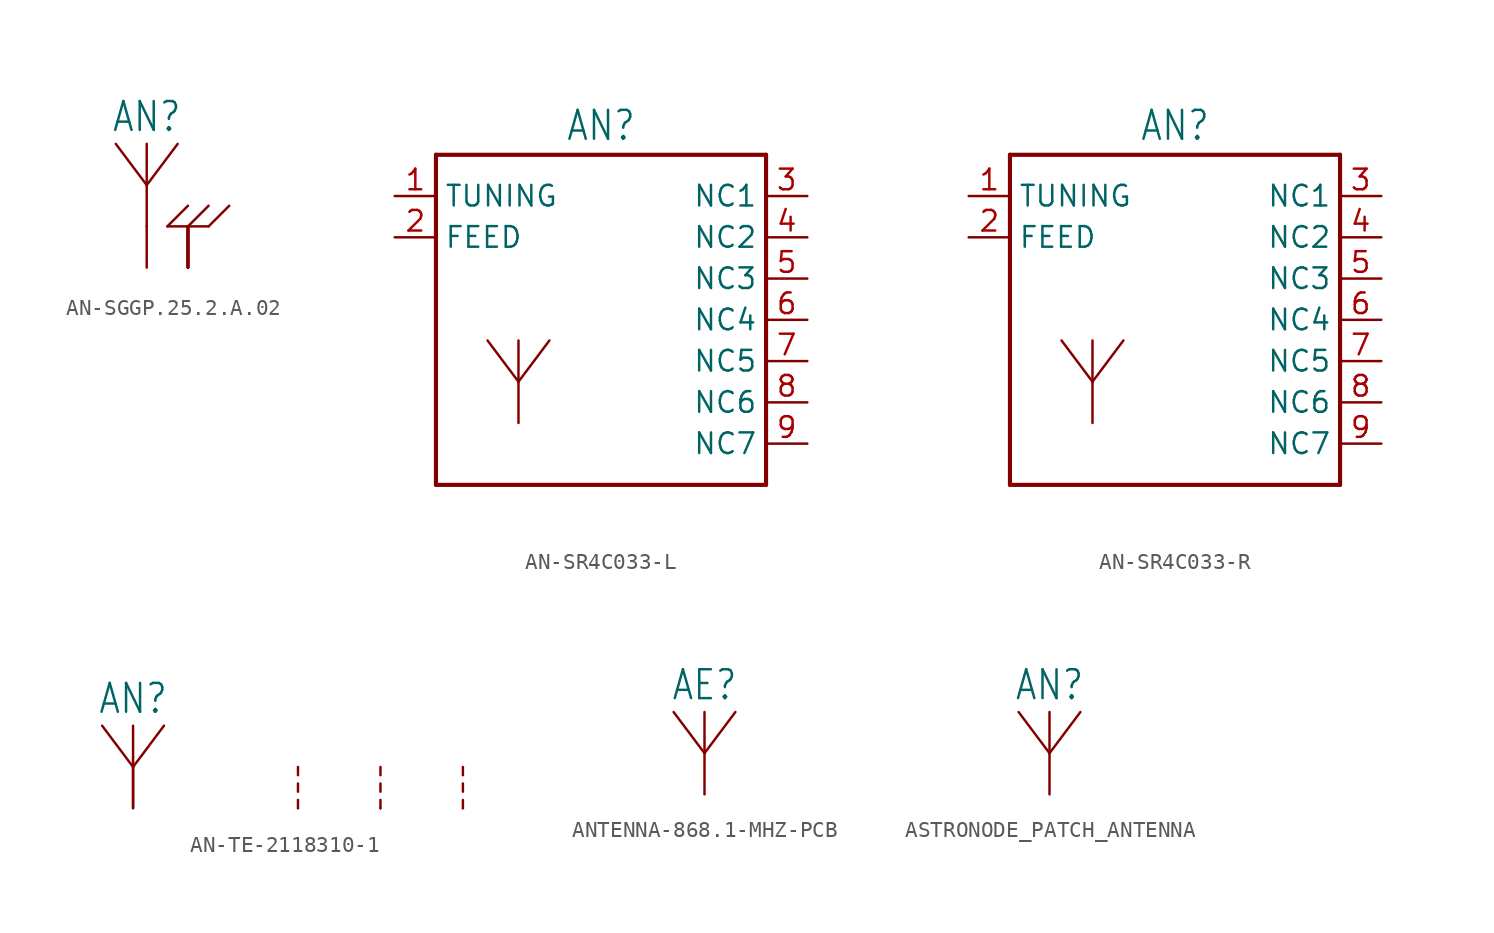
<source format=kicad_sym>
(kicad_symbol_lib
  (version 20231120)
  (generator "kicad_symbol_editor")
  (generator_version "8.0")
  (symbol "AN-SGGP.25.2.A.02"
    (property "Reference" "AN"
      (at 0 3.175 0)
      (effects (font (size 1.778 1.511)) (justify bottom)))
    (property "Value" ""
      (at 0 5.715 0)
      (effects (font (size 1.778 1.511)) (justify bottom)))
    (property "ki_locked" ""
      (at 0 0 0)
      (effects (font (size 1.27 1.27))))
    (symbol "AN-SGGP.25.2.A.02_1_0"
      (polyline (pts (xy 0 -2.54) (xy 0 0)) (stroke (width 0.152) (type solid)) (fill (type none)))
      (polyline (pts (xy 0 0) (xy -1.905 2.54)) (stroke (width 0.152) (type solid)) (fill (type none)))
      (polyline (pts (xy 0 0) (xy 0 2.54)) (stroke (width 0.152) (type solid)) (fill (type none)))
      (polyline (pts (xy 0 0) (xy 1.905 2.54)) (stroke (width 0.152) (type solid)) (fill (type none)))
      (polyline (pts (xy 1.27 -2.54) (xy 2.54 -2.54)) (stroke (width 0.152) (type solid)) (fill (type none)))
      (polyline (pts (xy 1.27 -2.54) (xy 2.54 -1.27)) (stroke (width 0.152) (type solid)) (fill (type none)))
      (polyline (pts (xy 2.54 -2.54) (xy 3.81 -2.54)) (stroke (width 0.152) (type solid)) (fill (type none)))
      (polyline (pts (xy 2.54 -2.54) (xy 3.81 -1.27)) (stroke (width 0.152) (type solid)) (fill (type none)))
      (polyline (pts (xy 3.81 -2.54) (xy 5.08 -1.27)) (stroke (width 0.152) (type solid)) (fill (type none)))
      (pin passive line (at 2.54 -5.08 90) (length 2.54) (name "GROUND" (effects (font (size 0 0)))) (number "1" (effects (font (size 0 0)))))
      (pin passive line (at 2.54 -5.08 90) (length 2.54) (name "GROUND" (effects (font (size 0 0)))) (number "2" (effects (font (size 0 0)))))
      (pin passive line (at 2.54 -5.08 90) (length 2.54) (name "GROUND" (effects (font (size 0 0)))) (number "3" (effects (font (size 0 0)))))
      (pin passive line (at 2.54 -5.08 90) (length 2.54) (name "GROUND" (effects (font (size 0 0)))) (number "4" (effects (font (size 0 0)))))
      (pin passive line (at 2.54 -5.08 90) (length 2.54) (name "GROUND" (effects (font (size 0 0)))) (number "5" (effects (font (size 0 0)))))
      (pin passive line (at 2.54 -5.08 90) (length 2.54) (name "GROUND" (effects (font (size 0 0)))) (number "6" (effects (font (size 0 0)))))
      (pin passive line (at 2.54 -5.08 90) (length 2.54) (name "GROUND" (effects (font (size 0 0)))) (number "7" (effects (font (size 0 0)))))
      (pin passive line (at 0 -5.08 90) (length 2.54) (name "FEED" (effects (font (size 0 0)))) (number "8" (effects (font (size 0 0)))))
      (pin passive line (at 2.54 -5.08 90) (length 2.54) (name "GROUND" (effects (font (size 0 0)))) (number "9" (effects (font (size 0 0)))))))
  (symbol "AN-SR4C033-L"
    (property "Reference" "AN"
      (at 0 10.922 0)
      (effects (font (size 1.778 1.511)) (justify bottom)))
    (property "Value" ""
      (at 0 -10.922 0)
      (effects (font (size 1.778 1.511)) (justify top)))
    (property "ki_locked" ""
      (at 0 0 0)
      (effects (font (size 1.27 1.27))))
    (symbol "AN-SR4C033-L_1_0"
      (polyline (pts (xy -10.16 -10.16) (xy -10.16 10.16)) (stroke (width 0.254) (type solid)) (fill (type none)))
      (polyline (pts (xy -10.16 10.16) (xy 10.16 10.16)) (stroke (width 0.254) (type solid)) (fill (type none)))
      (polyline (pts (xy -5.08 -6.35) (xy -5.08 -3.81)) (stroke (width 0.152) (type solid)) (fill (type none)))
      (polyline (pts (xy -5.08 -3.81) (xy -6.985 -1.27)) (stroke (width 0.152) (type solid)) (fill (type none)))
      (polyline (pts (xy -5.08 -3.81) (xy -5.08 -1.27)) (stroke (width 0.152) (type solid)) (fill (type none)))
      (polyline (pts (xy -5.08 -3.81) (xy -3.175 -1.27)) (stroke (width 0.152) (type solid)) (fill (type none)))
      (polyline (pts (xy 10.16 -10.16) (xy -10.16 -10.16)) (stroke (width 0.254) (type solid)) (fill (type none)))
      (polyline (pts (xy 10.16 10.16) (xy 10.16 -10.16)) (stroke (width 0.254) (type solid)) (fill (type none)))
      (pin passive line (at -12.7 7.62 0) (length 2.54) (name "TUNING" (effects (font (size 1.27 1.27)))) (number "1" (effects (font (size 1.27 1.27)))))
      (pin passive line (at -12.7 5.08 0) (length 2.54) (name "FEED" (effects (font (size 1.27 1.27)))) (number "2" (effects (font (size 1.27 1.27)))))
      (pin passive line (at 12.7 7.62 180) (length 2.54) (name "NC1" (effects (font (size 1.27 1.27)))) (number "3" (effects (font (size 1.27 1.27)))))
      (pin passive line (at 12.7 5.08 180) (length 2.54) (name "NC2" (effects (font (size 1.27 1.27)))) (number "4" (effects (font (size 1.27 1.27)))))
      (pin passive line (at 12.7 2.54 180) (length 2.54) (name "NC3" (effects (font (size 1.27 1.27)))) (number "5" (effects (font (size 1.27 1.27)))))
      (pin passive line (at 12.7 0 180) (length 2.54) (name "NC4" (effects (font (size 1.27 1.27)))) (number "6" (effects (font (size 1.27 1.27)))))
      (pin passive line (at 12.7 -2.54 180) (length 2.54) (name "NC5" (effects (font (size 1.27 1.27)))) (number "7" (effects (font (size 1.27 1.27)))))
      (pin passive line (at 12.7 -5.08 180) (length 2.54) (name "NC6" (effects (font (size 1.27 1.27)))) (number "8" (effects (font (size 1.27 1.27)))))
      (pin passive line (at 12.7 -7.62 180) (length 2.54) (name "NC7" (effects (font (size 1.27 1.27)))) (number "9" (effects (font (size 1.27 1.27)))))))
  (symbol "AN-SR4C033-R"
    (property "Reference" "AN"
      (at 0 10.922 0)
      (effects (font (size 1.778 1.511)) (justify bottom)))
    (property "Value" ""
      (at 0 -10.922 0)
      (effects (font (size 1.778 1.511)) (justify top)))
    (property "ki_locked" ""
      (at 0 0 0)
      (effects (font (size 1.27 1.27))))
    (symbol "AN-SR4C033-R_1_0"
      (polyline (pts (xy -10.16 -10.16) (xy -10.16 10.16)) (stroke (width 0.254) (type solid)) (fill (type none)))
      (polyline (pts (xy -10.16 10.16) (xy 10.16 10.16)) (stroke (width 0.254) (type solid)) (fill (type none)))
      (polyline (pts (xy -5.08 -6.35) (xy -5.08 -3.81)) (stroke (width 0.152) (type solid)) (fill (type none)))
      (polyline (pts (xy -5.08 -3.81) (xy -6.985 -1.27)) (stroke (width 0.152) (type solid)) (fill (type none)))
      (polyline (pts (xy -5.08 -3.81) (xy -5.08 -1.27)) (stroke (width 0.152) (type solid)) (fill (type none)))
      (polyline (pts (xy -5.08 -3.81) (xy -3.175 -1.27)) (stroke (width 0.152) (type solid)) (fill (type none)))
      (polyline (pts (xy 10.16 -10.16) (xy -10.16 -10.16)) (stroke (width 0.254) (type solid)) (fill (type none)))
      (polyline (pts (xy 10.16 10.16) (xy 10.16 -10.16)) (stroke (width 0.254) (type solid)) (fill (type none)))
      (pin passive line (at -12.7 7.62 0) (length 2.54) (name "TUNING" (effects (font (size 1.27 1.27)))) (number "1" (effects (font (size 1.27 1.27)))))
      (pin passive line (at -12.7 5.08 0) (length 2.54) (name "FEED" (effects (font (size 1.27 1.27)))) (number "2" (effects (font (size 1.27 1.27)))))
      (pin passive line (at 12.7 7.62 180) (length 2.54) (name "NC1" (effects (font (size 1.27 1.27)))) (number "3" (effects (font (size 1.27 1.27)))))
      (pin passive line (at 12.7 5.08 180) (length 2.54) (name "NC2" (effects (font (size 1.27 1.27)))) (number "4" (effects (font (size 1.27 1.27)))))
      (pin passive line (at 12.7 2.54 180) (length 2.54) (name "NC3" (effects (font (size 1.27 1.27)))) (number "5" (effects (font (size 1.27 1.27)))))
      (pin passive line (at 12.7 0 180) (length 2.54) (name "NC4" (effects (font (size 1.27 1.27)))) (number "6" (effects (font (size 1.27 1.27)))))
      (pin passive line (at 12.7 -2.54 180) (length 2.54) (name "NC5" (effects (font (size 1.27 1.27)))) (number "7" (effects (font (size 1.27 1.27)))))
      (pin passive line (at 12.7 -5.08 180) (length 2.54) (name "NC6" (effects (font (size 1.27 1.27)))) (number "8" (effects (font (size 1.27 1.27)))))
      (pin passive line (at 12.7 -7.62 180) (length 2.54) (name "NC7" (effects (font (size 1.27 1.27)))) (number "9" (effects (font (size 1.27 1.27)))))))
  (symbol "AN-TE-2118310-1"
    (property "Reference" "AN"
      (at 0 5.715 0)
      (effects (font (size 1.778 1.511)) (justify bottom)))
    (property "Value" ""
      (at 0 8.255 0)
      (effects (font (size 1.778 1.511)) (justify bottom)))
    (property "ki_locked" ""
      (at 0 0 0)
      (effects (font (size 1.27 1.27))))
    (symbol "AN-TE-2118310-1_1_0"
      (polyline (pts (xy 0 0) (xy 0 2.54)) (stroke (width 0.152) (type solid)) (fill (type none)))
      (polyline (pts (xy 0 2.54) (xy -1.905 5.08)) (stroke (width 0.152) (type solid)) (fill (type none)))
      (polyline (pts (xy 0 2.54) (xy 0 5.08)) (stroke (width 0.152) (type solid)) (fill (type none)))
      (polyline (pts (xy 0 2.54) (xy 1.905 5.08)) (stroke (width 0.152) (type solid)) (fill (type none)))
      (polyline (pts (xy 10.16 0) (xy 10.16 0.508)) (stroke (width 0.152) (type solid)) (fill (type none)))
      (polyline (pts (xy 10.16 1.016) (xy 10.16 1.524)) (stroke (width 0.152) (type solid)) (fill (type none)))
      (polyline (pts (xy 10.16 2.032) (xy 10.16 2.54)) (stroke (width 0.152) (type solid)) (fill (type none)))
      (polyline (pts (xy 15.24 0) (xy 15.24 0.508)) (stroke (width 0.152) (type solid)) (fill (type none)))
      (polyline (pts (xy 15.24 1.016) (xy 15.24 1.524)) (stroke (width 0.152) (type solid)) (fill (type none)))
      (polyline (pts (xy 15.24 2.032) (xy 15.24 2.54)) (stroke (width 0.152) (type solid)) (fill (type none)))
      (polyline (pts (xy 20.32 0) (xy 20.32 0.508)) (stroke (width 0.152) (type solid)) (fill (type none)))
      (polyline (pts (xy 20.32 1.016) (xy 20.32 1.524)) (stroke (width 0.152) (type solid)) (fill (type none)))
      (polyline (pts (xy 20.32 2.032) (xy 20.32 2.54)) (stroke (width 0.152) (type solid)) (fill (type none)))
      (pin passive line (at 15.24 0 90) (length 0) (name "NC" (effects (font (size 0 0)))) (number "1" (effects (font (size 0 0)))))
      (pin passive line (at 10.16 0 90) (length 0) (name "TUNE" (effects (font (size 0 0)))) (number "2" (effects (font (size 0 0)))))
      (pin passive line (at 0 0 90) (length 2.54) (name "FEED" (effects (font (size 0 0)))) (number "3" (effects (font (size 0 0)))))
      (pin passive line (at 20.32 0 90) (length 0) (name "GROUND" (effects (font (size 0 0)))) (number "4" (effects (font (size 0 0)))))))
  (symbol "ANTENNA-868.1-MHZ-PCB"
    (property "Reference" "AE"
      (at 0 3.175 0)
      (effects (font (size 1.778 1.511)) (justify bottom)))
    (property "ki_locked" ""
      (at 0 0 0)
      (effects (font (size 1.27 1.27))))
    (symbol "ANTENNA-868.1-MHZ-PCB_1_0"
      (polyline (pts (xy 0 0) (xy -1.905 2.54)) (stroke (width 0.152) (type solid)) (fill (type none)))
      (polyline (pts (xy 0 0) (xy 0 2.54)) (stroke (width 0.152) (type solid)) (fill (type none)))
      (polyline (pts (xy 0 0) (xy 1.905 2.54)) (stroke (width 0.152) (type solid)) (fill (type none)))
      (pin passive line (at 0 -2.54 90) (length 2.54) (name "1" (effects (font (size 0 0)))) (number "1" (effects (font (size 0 0)))))))
  (symbol "ASTRONODE_PATCH_ANTENNA"
    (property "Reference" "AN"
      (at 0 3.175 0)
      (effects (font (size 1.778 1.511)) (justify bottom)))
    (property "ki_locked" ""
      (at 0 0 0)
      (effects (font (size 1.27 1.27))))
    (symbol "ASTRONODE_PATCH_ANTENNA_1_0"
      (polyline (pts (xy 0 0) (xy -1.905 2.54)) (stroke (width 0.152) (type solid)) (fill (type none)))
      (polyline (pts (xy 0 0) (xy 0 2.54)) (stroke (width 0.152) (type solid)) (fill (type none)))
      (polyline (pts (xy 0 0) (xy 1.905 2.54)) (stroke (width 0.152) (type solid)) (fill (type none)))
      (pin passive line (at 0 -2.54 90) (length 2.54) (name "1" (effects (font (size 0 0)))) (number "ANT" (effects (font (size 0 0))))))))
</source>
